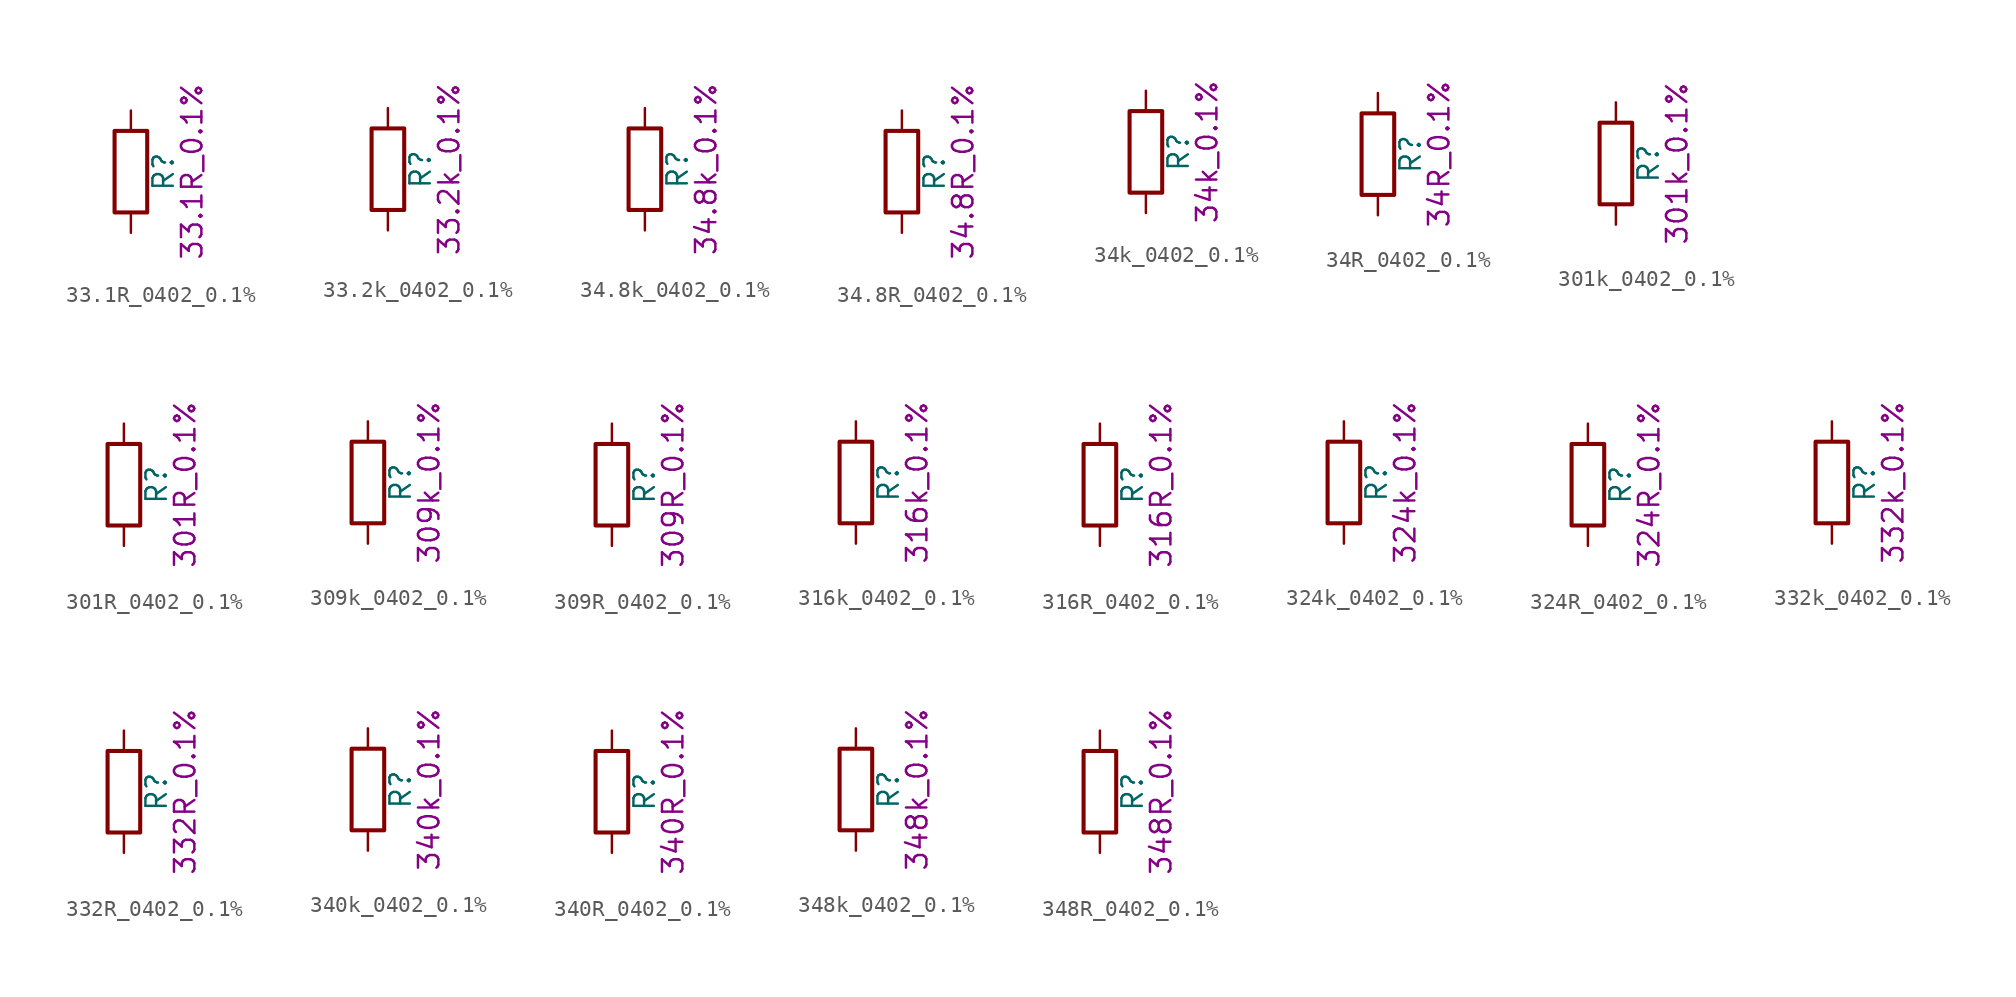
<source format=kicad_sym>
(kicad_symbol_lib
  (version 20211014)
  (generator kicad_symbol_editor)
  (symbol "33.1R_0402_0.1%"
    (pin_numbers hide)
    (pin_names
      (offset 0))
    (property "Reference" "R"
      (at 2.032 0 90)
      (effects (font (size 1.27 1.27))))
    (property "Display" "33.1R_0.1%"
      (at 3.81 0 90)
      (effects (font (size 1.27 1.27))))
    (symbol "33.1R_0402_0.1%_0_1"
      (rectangle (start -1.016 -2.54) (end 1.016 2.54) (stroke (width 0.254) (type default) (color 0 0 0 0)) (fill (type none))))
    (symbol "33.1R_0402_0.1%_1_1"
      (pin passive line (at 0 3.81 270) (length 1.27) (name "~" (effects (font (size 1.27 1.27)))) (number "1" (effects (font (size 1.27 1.27)))))
      (pin passive line (at 0 -3.81 90) (length 1.27) (name "~" (effects (font (size 1.27 1.27)))) (number "2" (effects (font (size 1.27 1.27)))))))
  (symbol "33.2k_0402_0.1%"
    (pin_numbers hide)
    (pin_names
      (offset 0))
    (property "Reference" "R"
      (at 2.032 0 90)
      (effects (font (size 1.27 1.27))))
    (property "Display" "33.2k_0.1%"
      (at 3.81 0 90)
      (effects (font (size 1.27 1.27))))
    (symbol "33.2k_0402_0.1%_0_1"
      (rectangle (start -1.016 -2.54) (end 1.016 2.54) (stroke (width 0.254) (type default) (color 0 0 0 0)) (fill (type none))))
    (symbol "33.2k_0402_0.1%_1_1"
      (pin passive line (at 0 3.81 270) (length 1.27) (name "~" (effects (font (size 1.27 1.27)))) (number "1" (effects (font (size 1.27 1.27)))))
      (pin passive line (at 0 -3.81 90) (length 1.27) (name "~" (effects (font (size 1.27 1.27)))) (number "2" (effects (font (size 1.27 1.27)))))))
  (symbol "34.8k_0402_0.1%"
    (pin_numbers hide)
    (pin_names
      (offset 0))
    (property "Reference" "R"
      (at 2.032 0 90)
      (effects (font (size 1.27 1.27))))
    (property "Display" "34.8k_0.1%"
      (at 3.81 0 90)
      (effects (font (size 1.27 1.27))))
    (symbol "34.8k_0402_0.1%_0_1"
      (rectangle (start -1.016 -2.54) (end 1.016 2.54) (stroke (width 0.254) (type default) (color 0 0 0 0)) (fill (type none))))
    (symbol "34.8k_0402_0.1%_1_1"
      (pin passive line (at 0 3.81 270) (length 1.27) (name "~" (effects (font (size 1.27 1.27)))) (number "1" (effects (font (size 1.27 1.27)))))
      (pin passive line (at 0 -3.81 90) (length 1.27) (name "~" (effects (font (size 1.27 1.27)))) (number "2" (effects (font (size 1.27 1.27)))))))
  (symbol "34.8R_0402_0.1%"
    (pin_numbers hide)
    (pin_names
      (offset 0))
    (property "Reference" "R"
      (at 2.032 0 90)
      (effects (font (size 1.27 1.27))))
    (property "Display" "34.8R_0.1%"
      (at 3.81 0 90)
      (effects (font (size 1.27 1.27))))
    (symbol "34.8R_0402_0.1%_0_1"
      (rectangle (start -1.016 -2.54) (end 1.016 2.54) (stroke (width 0.254) (type default) (color 0 0 0 0)) (fill (type none))))
    (symbol "34.8R_0402_0.1%_1_1"
      (pin passive line (at 0 3.81 270) (length 1.27) (name "~" (effects (font (size 1.27 1.27)))) (number "1" (effects (font (size 1.27 1.27)))))
      (pin passive line (at 0 -3.81 90) (length 1.27) (name "~" (effects (font (size 1.27 1.27)))) (number "2" (effects (font (size 1.27 1.27)))))))
  (symbol "34k_0402_0.1%"
    (pin_numbers hide)
    (pin_names
      (offset 0))
    (property "Reference" "R"
      (at 2.032 0 90)
      (effects (font (size 1.27 1.27))))
    (property "Display" "34k_0.1%"
      (at 3.81 0 90)
      (effects (font (size 1.27 1.27))))
    (symbol "34k_0402_0.1%_0_1"
      (rectangle (start -1.016 -2.54) (end 1.016 2.54) (stroke (width 0.254) (type default) (color 0 0 0 0)) (fill (type none))))
    (symbol "34k_0402_0.1%_1_1"
      (pin passive line (at 0 3.81 270) (length 1.27) (name "~" (effects (font (size 1.27 1.27)))) (number "1" (effects (font (size 1.27 1.27)))))
      (pin passive line (at 0 -3.81 90) (length 1.27) (name "~" (effects (font (size 1.27 1.27)))) (number "2" (effects (font (size 1.27 1.27)))))))
  (symbol "34R_0402_0.1%"
    (pin_numbers hide)
    (pin_names
      (offset 0))
    (property "Reference" "R"
      (at 2.032 0 90)
      (effects (font (size 1.27 1.27))))
    (property "Display" "34R_0.1%"
      (at 3.81 0 90)
      (effects (font (size 1.27 1.27))))
    (symbol "34R_0402_0.1%_0_1"
      (rectangle (start -1.016 -2.54) (end 1.016 2.54) (stroke (width 0.254) (type default) (color 0 0 0 0)) (fill (type none))))
    (symbol "34R_0402_0.1%_1_1"
      (pin passive line (at 0 3.81 270) (length 1.27) (name "~" (effects (font (size 1.27 1.27)))) (number "1" (effects (font (size 1.27 1.27)))))
      (pin passive line (at 0 -3.81 90) (length 1.27) (name "~" (effects (font (size 1.27 1.27)))) (number "2" (effects (font (size 1.27 1.27)))))))
  (symbol "301k_0402_0.1%"
    (pin_numbers hide)
    (pin_names
      (offset 0))
    (property "Reference" "R"
      (at 2.032 0 90)
      (effects (font (size 1.27 1.27))))
    (property "Display" "301k_0.1%"
      (at 3.81 0 90)
      (effects (font (size 1.27 1.27))))
    (symbol "301k_0402_0.1%_0_1"
      (rectangle (start -1.016 -2.54) (end 1.016 2.54) (stroke (width 0.254) (type default) (color 0 0 0 0)) (fill (type none))))
    (symbol "301k_0402_0.1%_1_1"
      (pin passive line (at 0 3.81 270) (length 1.27) (name "~" (effects (font (size 1.27 1.27)))) (number "1" (effects (font (size 1.27 1.27)))))
      (pin passive line (at 0 -3.81 90) (length 1.27) (name "~" (effects (font (size 1.27 1.27)))) (number "2" (effects (font (size 1.27 1.27)))))))
  (symbol "301R_0402_0.1%"
    (pin_numbers hide)
    (pin_names
      (offset 0))
    (property "Reference" "R"
      (at 2.032 0 90)
      (effects (font (size 1.27 1.27))))
    (property "Display" "301R_0.1%"
      (at 3.81 0 90)
      (effects (font (size 1.27 1.27))))
    (symbol "301R_0402_0.1%_0_1"
      (rectangle (start -1.016 -2.54) (end 1.016 2.54) (stroke (width 0.254) (type default) (color 0 0 0 0)) (fill (type none))))
    (symbol "301R_0402_0.1%_1_1"
      (pin passive line (at 0 3.81 270) (length 1.27) (name "~" (effects (font (size 1.27 1.27)))) (number "1" (effects (font (size 1.27 1.27)))))
      (pin passive line (at 0 -3.81 90) (length 1.27) (name "~" (effects (font (size 1.27 1.27)))) (number "2" (effects (font (size 1.27 1.27)))))))
  (symbol "309k_0402_0.1%"
    (pin_numbers hide)
    (pin_names
      (offset 0))
    (property "Reference" "R"
      (at 2.032 0 90)
      (effects (font (size 1.27 1.27))))
    (property "Display" "309k_0.1%"
      (at 3.81 0 90)
      (effects (font (size 1.27 1.27))))
    (symbol "309k_0402_0.1%_0_1"
      (rectangle (start -1.016 -2.54) (end 1.016 2.54) (stroke (width 0.254) (type default) (color 0 0 0 0)) (fill (type none))))
    (symbol "309k_0402_0.1%_1_1"
      (pin passive line (at 0 3.81 270) (length 1.27) (name "~" (effects (font (size 1.27 1.27)))) (number "1" (effects (font (size 1.27 1.27)))))
      (pin passive line (at 0 -3.81 90) (length 1.27) (name "~" (effects (font (size 1.27 1.27)))) (number "2" (effects (font (size 1.27 1.27)))))))
  (symbol "309R_0402_0.1%"
    (pin_numbers hide)
    (pin_names
      (offset 0))
    (property "Reference" "R"
      (at 2.032 0 90)
      (effects (font (size 1.27 1.27))))
    (property "Display" "309R_0.1%"
      (at 3.81 0 90)
      (effects (font (size 1.27 1.27))))
    (symbol "309R_0402_0.1%_0_1"
      (rectangle (start -1.016 -2.54) (end 1.016 2.54) (stroke (width 0.254) (type default) (color 0 0 0 0)) (fill (type none))))
    (symbol "309R_0402_0.1%_1_1"
      (pin passive line (at 0 3.81 270) (length 1.27) (name "~" (effects (font (size 1.27 1.27)))) (number "1" (effects (font (size 1.27 1.27)))))
      (pin passive line (at 0 -3.81 90) (length 1.27) (name "~" (effects (font (size 1.27 1.27)))) (number "2" (effects (font (size 1.27 1.27)))))))
  (symbol "316k_0402_0.1%"
    (pin_numbers hide)
    (pin_names
      (offset 0))
    (property "Reference" "R"
      (at 2.032 0 90)
      (effects (font (size 1.27 1.27))))
    (property "Display" "316k_0.1%"
      (at 3.81 0 90)
      (effects (font (size 1.27 1.27))))
    (symbol "316k_0402_0.1%_0_1"
      (rectangle (start -1.016 -2.54) (end 1.016 2.54) (stroke (width 0.254) (type default) (color 0 0 0 0)) (fill (type none))))
    (symbol "316k_0402_0.1%_1_1"
      (pin passive line (at 0 3.81 270) (length 1.27) (name "~" (effects (font (size 1.27 1.27)))) (number "1" (effects (font (size 1.27 1.27)))))
      (pin passive line (at 0 -3.81 90) (length 1.27) (name "~" (effects (font (size 1.27 1.27)))) (number "2" (effects (font (size 1.27 1.27)))))))
  (symbol "316R_0402_0.1%"
    (pin_numbers hide)
    (pin_names
      (offset 0))
    (property "Reference" "R"
      (at 2.032 0 90)
      (effects (font (size 1.27 1.27))))
    (property "Display" "316R_0.1%"
      (at 3.81 0 90)
      (effects (font (size 1.27 1.27))))
    (symbol "316R_0402_0.1%_0_1"
      (rectangle (start -1.016 -2.54) (end 1.016 2.54) (stroke (width 0.254) (type default) (color 0 0 0 0)) (fill (type none))))
    (symbol "316R_0402_0.1%_1_1"
      (pin passive line (at 0 3.81 270) (length 1.27) (name "~" (effects (font (size 1.27 1.27)))) (number "1" (effects (font (size 1.27 1.27)))))
      (pin passive line (at 0 -3.81 90) (length 1.27) (name "~" (effects (font (size 1.27 1.27)))) (number "2" (effects (font (size 1.27 1.27)))))))
  (symbol "324k_0402_0.1%"
    (pin_numbers hide)
    (pin_names
      (offset 0))
    (property "Reference" "R"
      (at 2.032 0 90)
      (effects (font (size 1.27 1.27))))
    (property "Display" "324k_0.1%"
      (at 3.81 0 90)
      (effects (font (size 1.27 1.27))))
    (symbol "324k_0402_0.1%_0_1"
      (rectangle (start -1.016 -2.54) (end 1.016 2.54) (stroke (width 0.254) (type default) (color 0 0 0 0)) (fill (type none))))
    (symbol "324k_0402_0.1%_1_1"
      (pin passive line (at 0 3.81 270) (length 1.27) (name "~" (effects (font (size 1.27 1.27)))) (number "1" (effects (font (size 1.27 1.27)))))
      (pin passive line (at 0 -3.81 90) (length 1.27) (name "~" (effects (font (size 1.27 1.27)))) (number "2" (effects (font (size 1.27 1.27)))))))
  (symbol "324R_0402_0.1%"
    (pin_numbers hide)
    (pin_names
      (offset 0))
    (property "Reference" "R"
      (at 2.032 0 90)
      (effects (font (size 1.27 1.27))))
    (property "Display" "324R_0.1%"
      (at 3.81 0 90)
      (effects (font (size 1.27 1.27))))
    (symbol "324R_0402_0.1%_0_1"
      (rectangle (start -1.016 -2.54) (end 1.016 2.54) (stroke (width 0.254) (type default) (color 0 0 0 0)) (fill (type none))))
    (symbol "324R_0402_0.1%_1_1"
      (pin passive line (at 0 3.81 270) (length 1.27) (name "~" (effects (font (size 1.27 1.27)))) (number "1" (effects (font (size 1.27 1.27)))))
      (pin passive line (at 0 -3.81 90) (length 1.27) (name "~" (effects (font (size 1.27 1.27)))) (number "2" (effects (font (size 1.27 1.27)))))))
  (symbol "332k_0402_0.1%"
    (pin_numbers hide)
    (pin_names
      (offset 0))
    (property "Reference" "R"
      (at 2.032 0 90)
      (effects (font (size 1.27 1.27))))
    (property "Display" "332k_0.1%"
      (at 3.81 0 90)
      (effects (font (size 1.27 1.27))))
    (symbol "332k_0402_0.1%_0_1"
      (rectangle (start -1.016 -2.54) (end 1.016 2.54) (stroke (width 0.254) (type default) (color 0 0 0 0)) (fill (type none))))
    (symbol "332k_0402_0.1%_1_1"
      (pin passive line (at 0 3.81 270) (length 1.27) (name "~" (effects (font (size 1.27 1.27)))) (number "1" (effects (font (size 1.27 1.27)))))
      (pin passive line (at 0 -3.81 90) (length 1.27) (name "~" (effects (font (size 1.27 1.27)))) (number "2" (effects (font (size 1.27 1.27)))))))
  (symbol "332R_0402_0.1%"
    (pin_numbers hide)
    (pin_names
      (offset 0))
    (property "Reference" "R"
      (at 2.032 0 90)
      (effects (font (size 1.27 1.27))))
    (property "Display" "332R_0.1%"
      (at 3.81 0 90)
      (effects (font (size 1.27 1.27))))
    (symbol "332R_0402_0.1%_0_1"
      (rectangle (start -1.016 -2.54) (end 1.016 2.54) (stroke (width 0.254) (type default) (color 0 0 0 0)) (fill (type none))))
    (symbol "332R_0402_0.1%_1_1"
      (pin passive line (at 0 3.81 270) (length 1.27) (name "~" (effects (font (size 1.27 1.27)))) (number "1" (effects (font (size 1.27 1.27)))))
      (pin passive line (at 0 -3.81 90) (length 1.27) (name "~" (effects (font (size 1.27 1.27)))) (number "2" (effects (font (size 1.27 1.27)))))))
  (symbol "340k_0402_0.1%"
    (pin_numbers hide)
    (pin_names
      (offset 0))
    (property "Reference" "R"
      (at 2.032 0 90)
      (effects (font (size 1.27 1.27))))
    (property "Display" "340k_0.1%"
      (at 3.81 0 90)
      (effects (font (size 1.27 1.27))))
    (symbol "340k_0402_0.1%_0_1"
      (rectangle (start -1.016 -2.54) (end 1.016 2.54) (stroke (width 0.254) (type default) (color 0 0 0 0)) (fill (type none))))
    (symbol "340k_0402_0.1%_1_1"
      (pin passive line (at 0 3.81 270) (length 1.27) (name "~" (effects (font (size 1.27 1.27)))) (number "1" (effects (font (size 1.27 1.27)))))
      (pin passive line (at 0 -3.81 90) (length 1.27) (name "~" (effects (font (size 1.27 1.27)))) (number "2" (effects (font (size 1.27 1.27)))))))
  (symbol "340R_0402_0.1%"
    (pin_numbers hide)
    (pin_names
      (offset 0))
    (property "Reference" "R"
      (at 2.032 0 90)
      (effects (font (size 1.27 1.27))))
    (property "Display" "340R_0.1%"
      (at 3.81 0 90)
      (effects (font (size 1.27 1.27))))
    (symbol "340R_0402_0.1%_0_1"
      (rectangle (start -1.016 -2.54) (end 1.016 2.54) (stroke (width 0.254) (type default) (color 0 0 0 0)) (fill (type none))))
    (symbol "340R_0402_0.1%_1_1"
      (pin passive line (at 0 3.81 270) (length 1.27) (name "~" (effects (font (size 1.27 1.27)))) (number "1" (effects (font (size 1.27 1.27)))))
      (pin passive line (at 0 -3.81 90) (length 1.27) (name "~" (effects (font (size 1.27 1.27)))) (number "2" (effects (font (size 1.27 1.27)))))))
  (symbol "348k_0402_0.1%"
    (pin_numbers hide)
    (pin_names
      (offset 0))
    (property "Reference" "R"
      (at 2.032 0 90)
      (effects (font (size 1.27 1.27))))
    (property "Display" "348k_0.1%"
      (at 3.81 0 90)
      (effects (font (size 1.27 1.27))))
    (symbol "348k_0402_0.1%_0_1"
      (rectangle (start -1.016 -2.54) (end 1.016 2.54) (stroke (width 0.254) (type default) (color 0 0 0 0)) (fill (type none))))
    (symbol "348k_0402_0.1%_1_1"
      (pin passive line (at 0 3.81 270) (length 1.27) (name "~" (effects (font (size 1.27 1.27)))) (number "1" (effects (font (size 1.27 1.27)))))
      (pin passive line (at 0 -3.81 90) (length 1.27) (name "~" (effects (font (size 1.27 1.27)))) (number "2" (effects (font (size 1.27 1.27)))))))
  (symbol "348R_0402_0.1%"
    (pin_numbers hide)
    (pin_names
      (offset 0))
    (property "Reference" "R"
      (at 2.032 0 90)
      (effects (font (size 1.27 1.27))))
    (property "Display" "348R_0.1%"
      (at 3.81 0 90)
      (effects (font (size 1.27 1.27))))
    (symbol "348R_0402_0.1%_0_1"
      (rectangle (start -1.016 -2.54) (end 1.016 2.54) (stroke (width 0.254) (type default) (color 0 0 0 0)) (fill (type none))))
    (symbol "348R_0402_0.1%_1_1"
      (pin passive line (at 0 3.81 270) (length 1.27) (name "~" (effects (font (size 1.27 1.27)))) (number "1" (effects (font (size 1.27 1.27)))))
      (pin passive line (at 0 -3.81 90) (length 1.27) (name "~" (effects (font (size 1.27 1.27)))) (number "2" (effects (font (size 1.27 1.27))))))))
</source>
